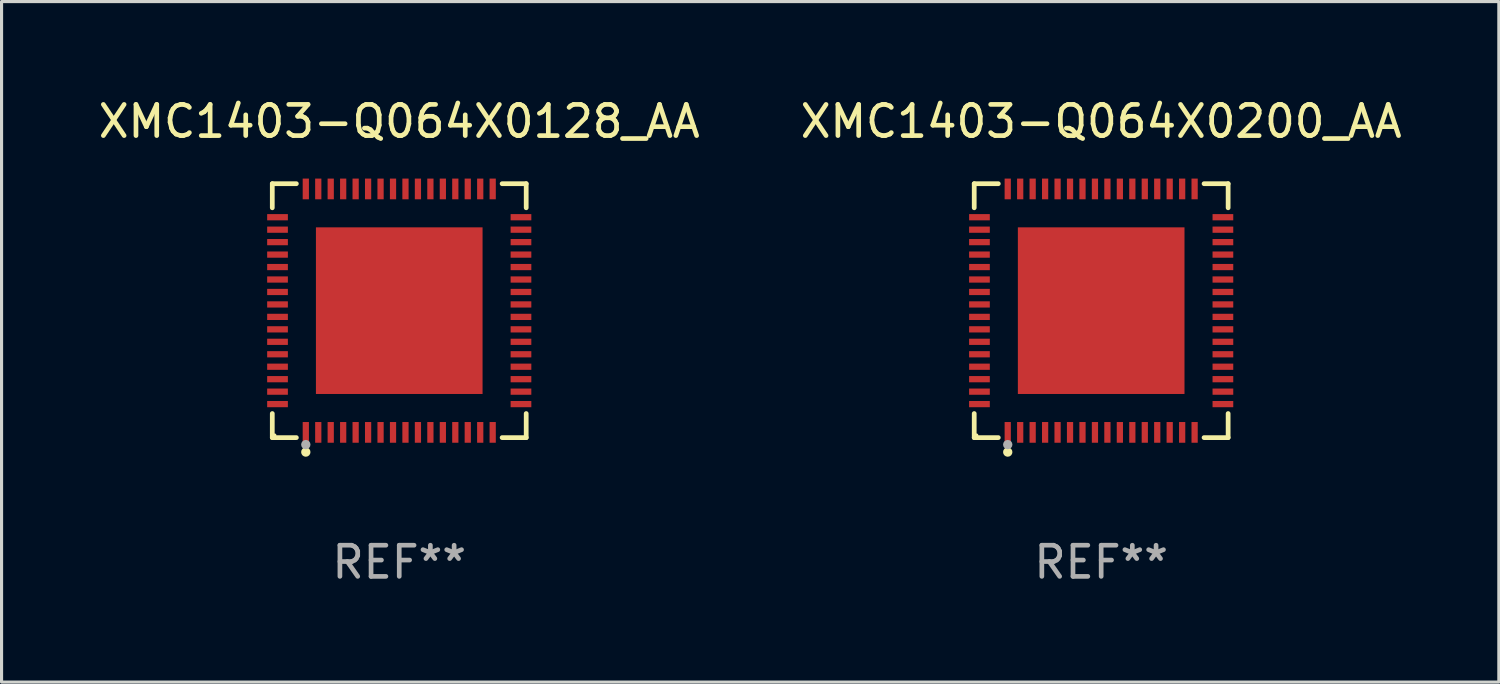
<source format=kicad_pcb>
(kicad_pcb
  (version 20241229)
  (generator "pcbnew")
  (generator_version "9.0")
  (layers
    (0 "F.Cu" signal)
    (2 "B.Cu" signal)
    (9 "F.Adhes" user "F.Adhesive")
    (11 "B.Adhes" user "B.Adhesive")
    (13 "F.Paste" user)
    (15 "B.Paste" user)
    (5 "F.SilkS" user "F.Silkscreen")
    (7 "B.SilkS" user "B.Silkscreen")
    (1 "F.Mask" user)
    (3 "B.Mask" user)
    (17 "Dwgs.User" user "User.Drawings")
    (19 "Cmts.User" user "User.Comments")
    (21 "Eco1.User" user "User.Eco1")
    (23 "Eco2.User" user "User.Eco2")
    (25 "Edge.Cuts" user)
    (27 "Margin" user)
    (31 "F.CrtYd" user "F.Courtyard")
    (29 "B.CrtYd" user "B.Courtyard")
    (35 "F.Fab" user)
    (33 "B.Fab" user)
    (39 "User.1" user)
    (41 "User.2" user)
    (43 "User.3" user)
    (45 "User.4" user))
  (footprint "XMC1403-Q064X0128_AA"
    (layer "F.Cu")
    (at 9.768 6.924)
    (property "Reference" "XMC1403-Q064X0128_AA" (at 0 -6.076 0) (layer "F.SilkS") (effects (font (size 1 1) (thickness 0.15))))
    (attr through_hole)
    (fp_line (start -4.076 -4.076) (end -3.303 -4.076) (stroke (width 0.152) (type solid)) (layer "F.SilkS"))
    (fp_line (start -4.076 -3.303) (end -4.076 -4.076) (stroke (width 0.152) (type solid)) (layer "F.SilkS"))
    (fp_line (start -4.076 3.303) (end -4.076 4.076) (stroke (width 0.152) (type solid)) (layer "F.SilkS"))
    (fp_line (start -4.076 4.076) (end -3.303 4.076) (stroke (width 0.152) (type solid)) (layer "F.SilkS"))
    (fp_line (start 4.076 -4.076) (end 3.303 -4.076) (stroke (width 0.152) (type solid)) (layer "F.SilkS"))
    (fp_line (start 4.076 -3.303) (end 4.076 -4.076) (stroke (width 0.152) (type solid)) (layer "F.SilkS"))
    (fp_line (start 4.076 3.303) (end 4.076 4.076) (stroke (width 0.152) (type solid)) (layer "F.SilkS"))
    (fp_line (start 4.076 4.076) (end 3.303 4.076) (stroke (width 0.152) (type solid)) (layer "F.SilkS"))
    (fp_circle (center -4 4) (end -3.97 4) (stroke (width 0.06) (type solid)) (fill no) (layer "F.SilkS"))
    (fp_circle (center -3 4.54) (end -2.925 4.54) (stroke (width 0.15) (type solid)) (fill no) (layer "F.SilkS"))
    (fp_circle (center -3 4.3) (end -2.925 4.3) (stroke (width 0.15) (type solid)) (fill no) (layer "F.Fab"))
    (fp_text user "REF**" (at 0 8.076 0) (layer "F.Fab") (effects (font (size 1 1) (thickness 0.15))))
    (pad "1" smd rect (at -3 3.908) (size 0.2 0.665) (layers "F.Cu" "F.Mask" "F.Paste"))
    (pad "2" smd rect (at -2.6 3.908) (size 0.2 0.665) (layers "F.Cu" "F.Mask" "F.Paste"))
    (pad "3" smd rect (at -2.2 3.908) (size 0.2 0.665) (layers "F.Cu" "F.Mask" "F.Paste"))
    (pad "4" smd rect (at -1.8 3.908) (size 0.2 0.665) (layers "F.Cu" "F.Mask" "F.Paste"))
    (pad "5" smd rect (at -1.4 3.908) (size 0.2 0.665) (layers "F.Cu" "F.Mask" "F.Paste"))
    (pad "6" smd rect (at -1 3.908) (size 0.2 0.665) (layers "F.Cu" "F.Mask" "F.Paste"))
    (pad "7" smd rect (at -0.6 3.908) (size 0.2 0.665) (layers "F.Cu" "F.Mask" "F.Paste"))
    (pad "8" smd rect (at -0.2 3.908) (size 0.2 0.665) (layers "F.Cu" "F.Mask" "F.Paste"))
    (pad "9" smd rect (at 0.2 3.908) (size 0.2 0.665) (layers "F.Cu" "F.Mask" "F.Paste"))
    (pad "10" smd rect (at 0.6 3.908) (size 0.2 0.665) (layers "F.Cu" "F.Mask" "F.Paste"))
    (pad "11" smd rect (at 1 3.908) (size 0.2 0.665) (layers "F.Cu" "F.Mask" "F.Paste"))
    (pad "12" smd rect (at 1.4 3.908) (size 0.2 0.665) (layers "F.Cu" "F.Mask" "F.Paste"))
    (pad "13" smd rect (at 1.8 3.908) (size 0.2 0.665) (layers "F.Cu" "F.Mask" "F.Paste"))
    (pad "14" smd rect (at 2.2 3.908) (size 0.2 0.665) (layers "F.Cu" "F.Mask" "F.Paste"))
    (pad "15" smd rect (at 2.6 3.908) (size 0.2 0.665) (layers "F.Cu" "F.Mask" "F.Paste"))
    (pad "16" smd rect (at 3 3.908) (size 0.2 0.665) (layers "F.Cu" "F.Mask" "F.Paste"))
    (pad "17" smd rect (at 3.908 3) (size 0.665 0.2) (layers "F.Cu" "F.Mask" "F.Paste"))
    (pad "18" smd rect (at 3.908 2.6) (size 0.665 0.2) (layers "F.Cu" "F.Mask" "F.Paste"))
    (pad "19" smd rect (at 3.908 2.2) (size 0.665 0.2) (layers "F.Cu" "F.Mask" "F.Paste"))
    (pad "20" smd rect (at 3.908 1.8) (size 0.665 0.2) (layers "F.Cu" "F.Mask" "F.Paste"))
    (pad "21" smd rect (at 3.908 1.4) (size 0.665 0.2) (layers "F.Cu" "F.Mask" "F.Paste"))
    (pad "22" smd rect (at 3.908 1) (size 0.665 0.2) (layers "F.Cu" "F.Mask" "F.Paste"))
    (pad "23" smd rect (at 3.908 0.6) (size 0.665 0.2) (layers "F.Cu" "F.Mask" "F.Paste"))
    (pad "24" smd rect (at 3.908 0.2) (size 0.665 0.2) (layers "F.Cu" "F.Mask" "F.Paste"))
    (pad "25" smd rect (at 3.908 -0.2) (size 0.665 0.2) (layers "F.Cu" "F.Mask" "F.Paste"))
    (pad "26" smd rect (at 3.908 -0.6) (size 0.665 0.2) (layers "F.Cu" "F.Mask" "F.Paste"))
    (pad "27" smd rect (at 3.908 -1) (size 0.665 0.2) (layers "F.Cu" "F.Mask" "F.Paste"))
    (pad "28" smd rect (at 3.908 -1.4) (size 0.665 0.2) (layers "F.Cu" "F.Mask" "F.Paste"))
    (pad "29" smd rect (at 3.908 -1.8) (size 0.665 0.2) (layers "F.Cu" "F.Mask" "F.Paste"))
    (pad "30" smd rect (at 3.908 -2.2) (size 0.665 0.2) (layers "F.Cu" "F.Mask" "F.Paste"))
    (pad "31" smd rect (at 3.908 -2.6) (size 0.665 0.2) (layers "F.Cu" "F.Mask" "F.Paste"))
    (pad "32" smd rect (at 3.908 -3) (size 0.665 0.2) (layers "F.Cu" "F.Mask" "F.Paste"))
    (pad "33" smd rect (at 3 -3.908) (size 0.2 0.665) (layers "F.Cu" "F.Mask" "F.Paste"))
    (pad "34" smd rect (at 2.6 -3.908) (size 0.2 0.665) (layers "F.Cu" "F.Mask" "F.Paste"))
    (pad "35" smd rect (at 2.2 -3.908) (size 0.2 0.665) (layers "F.Cu" "F.Mask" "F.Paste"))
    (pad "36" smd rect (at 1.8 -3.908) (size 0.2 0.665) (layers "F.Cu" "F.Mask" "F.Paste"))
    (pad "37" smd rect (at 1.4 -3.908) (size 0.2 0.665) (layers "F.Cu" "F.Mask" "F.Paste"))
    (pad "38" smd rect (at 1 -3.908) (size 0.2 0.665) (layers "F.Cu" "F.Mask" "F.Paste"))
    (pad "39" smd rect (at 0.6 -3.908) (size 0.2 0.665) (layers "F.Cu" "F.Mask" "F.Paste"))
    (pad "40" smd rect (at 0.2 -3.908) (size 0.2 0.665) (layers "F.Cu" "F.Mask" "F.Paste"))
    (pad "41" smd rect (at -0.2 -3.908) (size 0.2 0.665) (layers "F.Cu" "F.Mask" "F.Paste"))
    (pad "42" smd rect (at -0.6 -3.908) (size 0.2 0.665) (layers "F.Cu" "F.Mask" "F.Paste"))
    (pad "43" smd rect (at -1 -3.908) (size 0.2 0.665) (layers "F.Cu" "F.Mask" "F.Paste"))
    (pad "44" smd rect (at -1.4 -3.908) (size 0.2 0.665) (layers "F.Cu" "F.Mask" "F.Paste"))
    (pad "45" smd rect (at -1.8 -3.908) (size 0.2 0.665) (layers "F.Cu" "F.Mask" "F.Paste"))
    (pad "46" smd rect (at -2.2 -3.908) (size 0.2 0.665) (layers "F.Cu" "F.Mask" "F.Paste"))
    (pad "47" smd rect (at -2.6 -3.908) (size 0.2 0.665) (layers "F.Cu" "F.Mask" "F.Paste"))
    (pad "48" smd rect (at -3 -3.908) (size 0.2 0.665) (layers "F.Cu" "F.Mask" "F.Paste"))
    (pad "49" smd rect (at -3.908 -3) (size 0.665 0.2) (layers "F.Cu" "F.Mask" "F.Paste"))
    (pad "50" smd rect (at -3.908 -2.6) (size 0.665 0.2) (layers "F.Cu" "F.Mask" "F.Paste"))
    (pad "51" smd rect (at -3.908 -2.2) (size 0.665 0.2) (layers "F.Cu" "F.Mask" "F.Paste"))
    (pad "52" smd rect (at -3.908 -1.8) (size 0.665 0.2) (layers "F.Cu" "F.Mask" "F.Paste"))
    (pad "53" smd rect (at -3.908 -1.4) (size 0.665 0.2) (layers "F.Cu" "F.Mask" "F.Paste"))
    (pad "54" smd rect (at -3.908 -1) (size 0.665 0.2) (layers "F.Cu" "F.Mask" "F.Paste"))
    (pad "55" smd rect (at -3.908 -0.6) (size 0.665 0.2) (layers "F.Cu" "F.Mask" "F.Paste"))
    (pad "56" smd rect (at -3.908 -0.2) (size 0.665 0.2) (layers "F.Cu" "F.Mask" "F.Paste"))
    (pad "57" smd rect (at -3.908 0.2) (size 0.665 0.2) (layers "F.Cu" "F.Mask" "F.Paste"))
    (pad "58" smd rect (at -3.908 0.6) (size 0.665 0.2) (layers "F.Cu" "F.Mask" "F.Paste"))
    (pad "59" smd rect (at -3.908 1) (size 0.665 0.2) (layers "F.Cu" "F.Mask" "F.Paste"))
    (pad "60" smd rect (at -3.908 1.4) (size 0.665 0.2) (layers "F.Cu" "F.Mask" "F.Paste"))
    (pad "61" smd rect (at -3.908 1.8) (size 0.665 0.2) (layers "F.Cu" "F.Mask" "F.Paste"))
    (pad "62" smd rect (at -3.908 2.2) (size 0.665 0.2) (layers "F.Cu" "F.Mask" "F.Paste"))
    (pad "63" smd rect (at -3.908 2.6) (size 0.665 0.2) (layers "F.Cu" "F.Mask" "F.Paste"))
    (pad "64" smd rect (at -3.908 3) (size 0.665 0.2) (layers "F.Cu" "F.Mask" "F.Paste"))
    (pad "65" smd rect (at 0 0) (size 5.35 5.35) (layers "F.Cu" "F.Mask" "F.Paste")))
  (footprint "XMC1403-Q064X0200_AA"
    (layer "F.Cu")
    (at 32.304 6.924)
    (property "Reference" "XMC1403-Q064X0200_AA" (at 0 -6.076 0) (layer "F.SilkS") (effects (font (size 1 1) (thickness 0.15))))
    (attr through_hole)
    (fp_line (start -4.076 -4.076) (end -3.303 -4.076) (stroke (width 0.152) (type solid)) (layer "F.SilkS"))
    (fp_line (start -4.076 -3.303) (end -4.076 -4.076) (stroke (width 0.152) (type solid)) (layer "F.SilkS"))
    (fp_line (start -4.076 3.303) (end -4.076 4.076) (stroke (width 0.152) (type solid)) (layer "F.SilkS"))
    (fp_line (start -4.076 4.076) (end -3.303 4.076) (stroke (width 0.152) (type solid)) (layer "F.SilkS"))
    (fp_line (start 4.076 -4.076) (end 3.303 -4.076) (stroke (width 0.152) (type solid)) (layer "F.SilkS"))
    (fp_line (start 4.076 -3.303) (end 4.076 -4.076) (stroke (width 0.152) (type solid)) (layer "F.SilkS"))
    (fp_line (start 4.076 3.303) (end 4.076 4.076) (stroke (width 0.152) (type solid)) (layer "F.SilkS"))
    (fp_line (start 4.076 4.076) (end 3.303 4.076) (stroke (width 0.152) (type solid)) (layer "F.SilkS"))
    (fp_circle (center -4 4) (end -3.97 4) (stroke (width 0.06) (type solid)) (fill no) (layer "F.SilkS"))
    (fp_circle (center -3 4.54) (end -2.925 4.54) (stroke (width 0.15) (type solid)) (fill no) (layer "F.SilkS"))
    (fp_circle (center -3 4.3) (end -2.925 4.3) (stroke (width 0.15) (type solid)) (fill no) (layer "F.Fab"))
    (fp_text user "REF**" (at 0 8.076 0) (layer "F.Fab") (effects (font (size 1 1) (thickness 0.15))))
    (pad "1" smd rect (at -3 3.908) (size 0.2 0.665) (layers "F.Cu" "F.Mask" "F.Paste"))
    (pad "2" smd rect (at -2.6 3.908) (size 0.2 0.665) (layers "F.Cu" "F.Mask" "F.Paste"))
    (pad "3" smd rect (at -2.2 3.908) (size 0.2 0.665) (layers "F.Cu" "F.Mask" "F.Paste"))
    (pad "4" smd rect (at -1.8 3.908) (size 0.2 0.665) (layers "F.Cu" "F.Mask" "F.Paste"))
    (pad "5" smd rect (at -1.4 3.908) (size 0.2 0.665) (layers "F.Cu" "F.Mask" "F.Paste"))
    (pad "6" smd rect (at -1 3.908) (size 0.2 0.665) (layers "F.Cu" "F.Mask" "F.Paste"))
    (pad "7" smd rect (at -0.6 3.908) (size 0.2 0.665) (layers "F.Cu" "F.Mask" "F.Paste"))
    (pad "8" smd rect (at -0.2 3.908) (size 0.2 0.665) (layers "F.Cu" "F.Mask" "F.Paste"))
    (pad "9" smd rect (at 0.2 3.908) (size 0.2 0.665) (layers "F.Cu" "F.Mask" "F.Paste"))
    (pad "10" smd rect (at 0.6 3.908) (size 0.2 0.665) (layers "F.Cu" "F.Mask" "F.Paste"))
    (pad "11" smd rect (at 1 3.908) (size 0.2 0.665) (layers "F.Cu" "F.Mask" "F.Paste"))
    (pad "12" smd rect (at 1.4 3.908) (size 0.2 0.665) (layers "F.Cu" "F.Mask" "F.Paste"))
    (pad "13" smd rect (at 1.8 3.908) (size 0.2 0.665) (layers "F.Cu" "F.Mask" "F.Paste"))
    (pad "14" smd rect (at 2.2 3.908) (size 0.2 0.665) (layers "F.Cu" "F.Mask" "F.Paste"))
    (pad "15" smd rect (at 2.6 3.908) (size 0.2 0.665) (layers "F.Cu" "F.Mask" "F.Paste"))
    (pad "16" smd rect (at 3 3.908) (size 0.2 0.665) (layers "F.Cu" "F.Mask" "F.Paste"))
    (pad "17" smd rect (at 3.908 3) (size 0.665 0.2) (layers "F.Cu" "F.Mask" "F.Paste"))
    (pad "18" smd rect (at 3.908 2.6) (size 0.665 0.2) (layers "F.Cu" "F.Mask" "F.Paste"))
    (pad "19" smd rect (at 3.908 2.2) (size 0.665 0.2) (layers "F.Cu" "F.Mask" "F.Paste"))
    (pad "20" smd rect (at 3.908 1.8) (size 0.665 0.2) (layers "F.Cu" "F.Mask" "F.Paste"))
    (pad "21" smd rect (at 3.908 1.4) (size 0.665 0.2) (layers "F.Cu" "F.Mask" "F.Paste"))
    (pad "22" smd rect (at 3.908 1) (size 0.665 0.2) (layers "F.Cu" "F.Mask" "F.Paste"))
    (pad "23" smd rect (at 3.908 0.6) (size 0.665 0.2) (layers "F.Cu" "F.Mask" "F.Paste"))
    (pad "24" smd rect (at 3.908 0.2) (size 0.665 0.2) (layers "F.Cu" "F.Mask" "F.Paste"))
    (pad "25" smd rect (at 3.908 -0.2) (size 0.665 0.2) (layers "F.Cu" "F.Mask" "F.Paste"))
    (pad "26" smd rect (at 3.908 -0.6) (size 0.665 0.2) (layers "F.Cu" "F.Mask" "F.Paste"))
    (pad "27" smd rect (at 3.908 -1) (size 0.665 0.2) (layers "F.Cu" "F.Mask" "F.Paste"))
    (pad "28" smd rect (at 3.908 -1.4) (size 0.665 0.2) (layers "F.Cu" "F.Mask" "F.Paste"))
    (pad "29" smd rect (at 3.908 -1.8) (size 0.665 0.2) (layers "F.Cu" "F.Mask" "F.Paste"))
    (pad "30" smd rect (at 3.908 -2.2) (size 0.665 0.2) (layers "F.Cu" "F.Mask" "F.Paste"))
    (pad "31" smd rect (at 3.908 -2.6) (size 0.665 0.2) (layers "F.Cu" "F.Mask" "F.Paste"))
    (pad "32" smd rect (at 3.908 -3) (size 0.665 0.2) (layers "F.Cu" "F.Mask" "F.Paste"))
    (pad "33" smd rect (at 3 -3.908) (size 0.2 0.665) (layers "F.Cu" "F.Mask" "F.Paste"))
    (pad "34" smd rect (at 2.6 -3.908) (size 0.2 0.665) (layers "F.Cu" "F.Mask" "F.Paste"))
    (pad "35" smd rect (at 2.2 -3.908) (size 0.2 0.665) (layers "F.Cu" "F.Mask" "F.Paste"))
    (pad "36" smd rect (at 1.8 -3.908) (size 0.2 0.665) (layers "F.Cu" "F.Mask" "F.Paste"))
    (pad "37" smd rect (at 1.4 -3.908) (size 0.2 0.665) (layers "F.Cu" "F.Mask" "F.Paste"))
    (pad "38" smd rect (at 1 -3.908) (size 0.2 0.665) (layers "F.Cu" "F.Mask" "F.Paste"))
    (pad "39" smd rect (at 0.6 -3.908) (size 0.2 0.665) (layers "F.Cu" "F.Mask" "F.Paste"))
    (pad "40" smd rect (at 0.2 -3.908) (size 0.2 0.665) (layers "F.Cu" "F.Mask" "F.Paste"))
    (pad "41" smd rect (at -0.2 -3.908) (size 0.2 0.665) (layers "F.Cu" "F.Mask" "F.Paste"))
    (pad "42" smd rect (at -0.6 -3.908) (size 0.2 0.665) (layers "F.Cu" "F.Mask" "F.Paste"))
    (pad "43" smd rect (at -1 -3.908) (size 0.2 0.665) (layers "F.Cu" "F.Mask" "F.Paste"))
    (pad "44" smd rect (at -1.4 -3.908) (size 0.2 0.665) (layers "F.Cu" "F.Mask" "F.Paste"))
    (pad "45" smd rect (at -1.8 -3.908) (size 0.2 0.665) (layers "F.Cu" "F.Mask" "F.Paste"))
    (pad "46" smd rect (at -2.2 -3.908) (size 0.2 0.665) (layers "F.Cu" "F.Mask" "F.Paste"))
    (pad "47" smd rect (at -2.6 -3.908) (size 0.2 0.665) (layers "F.Cu" "F.Mask" "F.Paste"))
    (pad "48" smd rect (at -3 -3.908) (size 0.2 0.665) (layers "F.Cu" "F.Mask" "F.Paste"))
    (pad "49" smd rect (at -3.908 -3) (size 0.665 0.2) (layers "F.Cu" "F.Mask" "F.Paste"))
    (pad "50" smd rect (at -3.908 -2.6) (size 0.665 0.2) (layers "F.Cu" "F.Mask" "F.Paste"))
    (pad "51" smd rect (at -3.908 -2.2) (size 0.665 0.2) (layers "F.Cu" "F.Mask" "F.Paste"))
    (pad "52" smd rect (at -3.908 -1.8) (size 0.665 0.2) (layers "F.Cu" "F.Mask" "F.Paste"))
    (pad "53" smd rect (at -3.908 -1.4) (size 0.665 0.2) (layers "F.Cu" "F.Mask" "F.Paste"))
    (pad "54" smd rect (at -3.908 -1) (size 0.665 0.2) (layers "F.Cu" "F.Mask" "F.Paste"))
    (pad "55" smd rect (at -3.908 -0.6) (size 0.665 0.2) (layers "F.Cu" "F.Mask" "F.Paste"))
    (pad "56" smd rect (at -3.908 -0.2) (size 0.665 0.2) (layers "F.Cu" "F.Mask" "F.Paste"))
    (pad "57" smd rect (at -3.908 0.2) (size 0.665 0.2) (layers "F.Cu" "F.Mask" "F.Paste"))
    (pad "58" smd rect (at -3.908 0.6) (size 0.665 0.2) (layers "F.Cu" "F.Mask" "F.Paste"))
    (pad "59" smd rect (at -3.908 1) (size 0.665 0.2) (layers "F.Cu" "F.Mask" "F.Paste"))
    (pad "60" smd rect (at -3.908 1.4) (size 0.665 0.2) (layers "F.Cu" "F.Mask" "F.Paste"))
    (pad "61" smd rect (at -3.908 1.8) (size 0.665 0.2) (layers "F.Cu" "F.Mask" "F.Paste"))
    (pad "62" smd rect (at -3.908 2.2) (size 0.665 0.2) (layers "F.Cu" "F.Mask" "F.Paste"))
    (pad "63" smd rect (at -3.908 2.6) (size 0.665 0.2) (layers "F.Cu" "F.Mask" "F.Paste"))
    (pad "64" smd rect (at -3.908 3) (size 0.665 0.2) (layers "F.Cu" "F.Mask" "F.Paste"))
    (pad "65" smd rect (at 0 0) (size 5.35 5.35) (layers "F.Cu" "F.Mask" "F.Paste")))
  (gr_rect
    (start -3 -3)
    (end 45.071 18.849)
    (stroke (width 0.1) (type default))
    (fill no)
    (layer "Edge.Cuts")))
</source>
